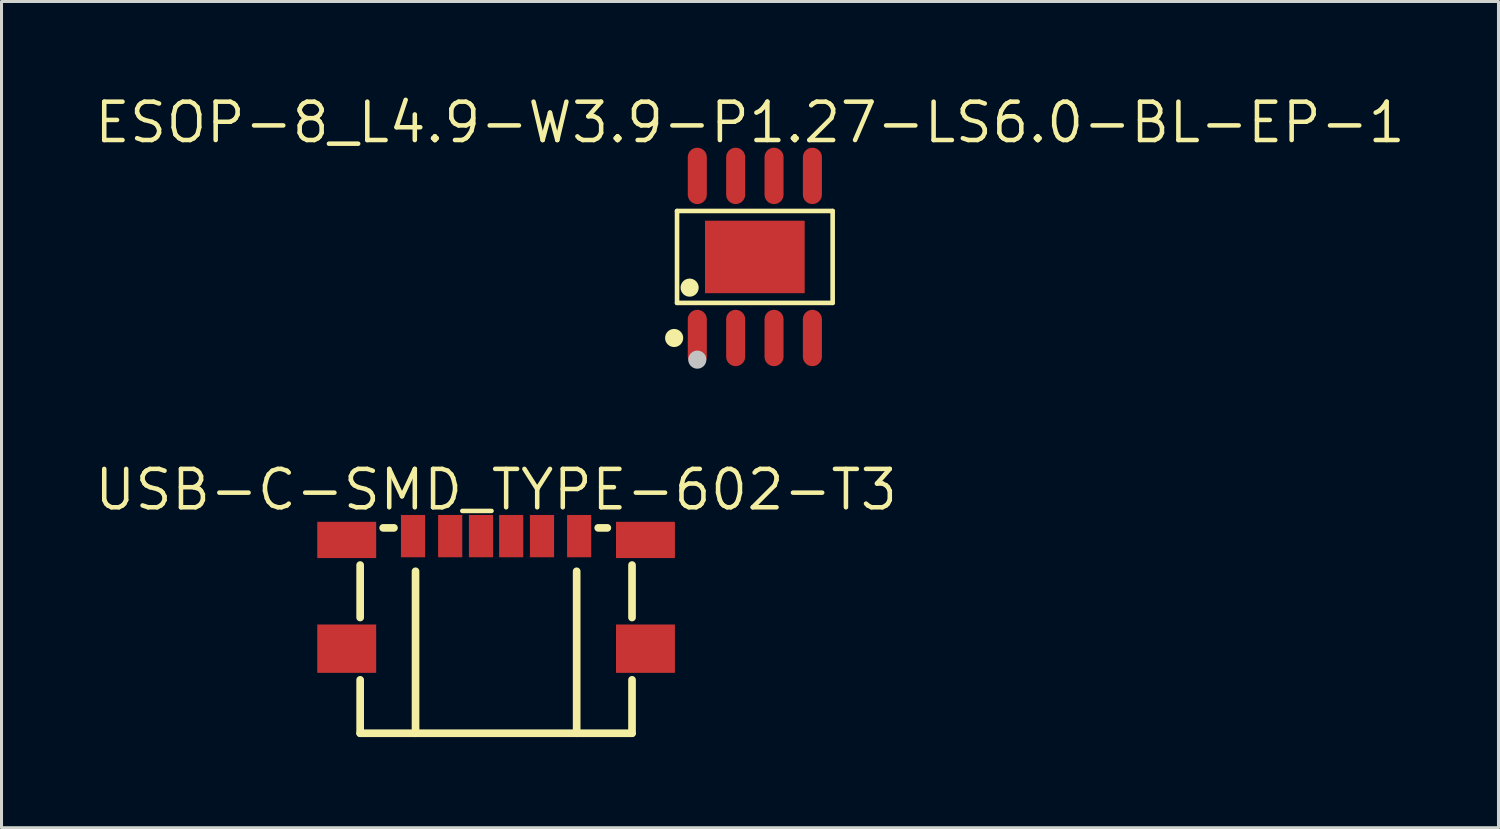
<source format=kicad_pcb>
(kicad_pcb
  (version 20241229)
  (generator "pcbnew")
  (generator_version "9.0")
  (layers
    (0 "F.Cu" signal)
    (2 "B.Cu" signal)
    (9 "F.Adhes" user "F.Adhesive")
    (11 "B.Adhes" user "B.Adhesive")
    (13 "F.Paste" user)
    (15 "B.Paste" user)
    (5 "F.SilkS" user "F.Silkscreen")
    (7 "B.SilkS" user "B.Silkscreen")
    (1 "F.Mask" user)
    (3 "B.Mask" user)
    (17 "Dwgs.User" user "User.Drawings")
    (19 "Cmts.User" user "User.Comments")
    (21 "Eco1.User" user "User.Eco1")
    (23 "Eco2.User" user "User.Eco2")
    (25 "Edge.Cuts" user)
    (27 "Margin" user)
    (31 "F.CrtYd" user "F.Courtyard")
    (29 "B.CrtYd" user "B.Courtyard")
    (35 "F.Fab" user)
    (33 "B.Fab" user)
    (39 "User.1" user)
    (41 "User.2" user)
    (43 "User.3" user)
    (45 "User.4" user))
  (footprint "ESOP-8_L4.9-W3.9-P1.27-LS6.0-BL-EP-1"
    (layer "F.Cu")
    (at 21.939 5.456)
    (property "Reference" "ESOP-8_L4.9-W3.9-P1.27-LS6.0-BL-EP-1" (at -0.16 -4.45 0) (layer "F.SilkS") (effects (font (size 1.27 1.27) (thickness 0.15))))
    (fp_line (start -2.576 -1.521) (end 2.576 -1.521) (stroke (width 0.152) (type default)) (layer "F.SilkS"))
    (fp_line (start -2.576 1.521) (end -2.576 -1.521) (stroke (width 0.152) (type default)) (layer "F.SilkS"))
    (fp_line (start 2.576 -1.521) (end 2.576 1.521) (stroke (width 0.152) (type default)) (layer "F.SilkS"))
    (fp_line (start 2.576 1.521) (end -2.576 1.521) (stroke (width 0.152) (type default)) (layer "F.SilkS"))
    (fp_circle (center -2.672 2.683) (end -2.522 2.683) (stroke (width 0.3) (type default)) (fill no) (layer "F.SilkS"))
    (fp_circle (center -2.159 1.016) (end -2.009 1.016) (stroke (width 0.3) (type default)) (fill no) (layer "F.SilkS"))
    (fp_circle (center -1.905 3.4) (end -1.755 3.4) (stroke (width 0.3) (type default)) (fill no) (layer "Dwgs.User"))
    (fp_circle (center -2.5 3) (end -2.45 3) (stroke (width 0.1) (type default)) (fill no) (layer "User.5"))
    (pad "1" smd oval (at -1.905 2.683) (size 0.63 1.865) (layers "F.Cu" "F.Mask" "F.Paste"))
    (pad "2" smd oval (at -0.635 2.683) (size 0.63 1.865) (layers "F.Cu" "F.Mask" "F.Paste"))
    (pad "3" smd oval (at 0.635 2.683) (size 0.63 1.865) (layers "F.Cu" "F.Mask" "F.Paste"))
    (pad "4" smd oval (at 1.905 2.683) (size 0.63 1.865) (layers "F.Cu" "F.Mask" "F.Paste"))
    (pad "5" smd oval (at 1.905 -2.683) (size 0.63 1.865) (layers "F.Cu" "F.Mask" "F.Paste"))
    (pad "6" smd oval (at 0.635 -2.683) (size 0.63 1.865) (layers "F.Cu" "F.Mask" "F.Paste"))
    (pad "7" smd oval (at -0.635 -2.683) (size 0.63 1.865) (layers "F.Cu" "F.Mask" "F.Paste"))
    (pad "8" smd oval (at -1.905 -2.683) (size 0.63 1.865) (layers "F.Cu" "F.Mask" "F.Paste"))
    (pad "9" smd rect (at 0 0) (size 3.3 2.4) (layers "F.Cu" "F.Mask" "F.Paste"))
    (zone (net_name "") (layer "User.3") (hatch edge 0.5) (priority 100) (connect_pads yes) (min_thickness 0) (filled_areas_thickness no) (fill yes) (polygon (pts (xy 19.439 7.406) (xy 19.439 3.506) (xy 24.439 3.506) (xy 24.439 7.406))) (filled_polygon (layer "User.3") (island) (pts (xy 19.439 7.406) (xy 19.439 3.506) (xy 24.439 3.506) (xy 24.439 7.406))))
    (zone (net_name "") (layer "User.4") (hatch edge 0.5) (priority 100) (connect_pads yes) (min_thickness 0) (filled_areas_thickness no) (fill yes) (polygon (pts (xy 19.824 3.291) (xy 19.824 2.456) (xy 20.244 2.456) (xy 20.244 3.291))) (filled_polygon (layer "User.4") (island) (pts (xy 19.824 3.291) (xy 19.824 2.456) (xy 20.244 2.456) (xy 20.244 3.291))))
    (zone (net_name "") (layer "User.4") (hatch edge 0.5) (priority 100) (connect_pads) (min_thickness 0) (filled_areas_thickness no) (keepout (tracks allowed) (vias allowed) (pads allowed) (copperpour not_allowed) (footprints allowed)) (placement (enabled no)) (fill) (polygon (pts (xy 19.824 3.516) (xy 19.824 3.281) (xy 20.244 3.281) (xy 20.244 3.516))))
    (zone (net_name "") (layer "User.4") (hatch edge 0.5) (priority 100) (connect_pads) (min_thickness 0) (filled_areas_thickness no) (keepout (tracks allowed) (vias allowed) (pads allowed) (copperpour not_allowed) (footprints allowed)) (placement (enabled no)) (fill) (polygon (pts (xy 19.824 7.631) (xy 19.824 7.396) (xy 20.244 7.396) (xy 20.244 7.631))))
    (zone (net_name "") (layer "User.4") (hatch edge 0.5) (priority 100) (connect_pads yes) (min_thickness 0) (filled_areas_thickness no) (fill yes) (polygon (pts (xy 19.824 8.456) (xy 19.824 7.621) (xy 20.244 7.621) (xy 20.244 8.456))) (filled_polygon (layer "User.4") (island) (pts (xy 19.824 8.456) (xy 19.824 7.621) (xy 20.244 7.621) (xy 20.244 8.456))))
    (zone (net_name "") (layer "User.4") (hatch edge 0.5) (priority 100) (connect_pads yes) (min_thickness 0) (filled_areas_thickness no) (fill yes) (polygon (pts (xy 20.289 4.256) (xy 23.589 4.256) (xy 23.589 6.656) (xy 20.289 6.656))) (filled_polygon (layer "User.4") (island) (pts (xy 20.289 4.256) (xy 23.589 4.256) (xy 23.589 6.656) (xy 20.289 6.656))))
    (zone (net_name "") (layer "User.4") (hatch edge 0.5) (priority 100) (connect_pads yes) (min_thickness 0) (filled_areas_thickness no) (fill yes) (polygon (pts (xy 21.094 3.291) (xy 21.094 2.456) (xy 21.514 2.456) (xy 21.514 3.291))) (filled_polygon (layer "User.4") (island) (pts (xy 21.094 3.291) (xy 21.094 2.456) (xy 21.514 2.456) (xy 21.514 3.291))))
    (zone (net_name "") (layer "User.4") (hatch edge 0.5) (priority 100) (connect_pads) (min_thickness 0) (filled_areas_thickness no) (keepout (tracks allowed) (vias allowed) (pads allowed) (copperpour not_allowed) (footprints allowed)) (placement (enabled no)) (fill) (polygon (pts (xy 21.094 3.516) (xy 21.094 3.281) (xy 21.514 3.281) (xy 21.514 3.516))))
    (zone (net_name "") (layer "User.4") (hatch edge 0.5) (priority 100) (connect_pads) (min_thickness 0) (filled_areas_thickness no) (keepout (tracks allowed) (vias allowed) (pads allowed) (copperpour not_allowed) (footprints allowed)) (placement (enabled no)) (fill) (polygon (pts (xy 21.094 7.631) (xy 21.094 7.396) (xy 21.514 7.396) (xy 21.514 7.631))))
    (zone (net_name "") (layer "User.4") (hatch edge 0.5) (priority 100) (connect_pads yes) (min_thickness 0) (filled_areas_thickness no) (fill yes) (polygon (pts (xy 21.094 8.456) (xy 21.094 7.621) (xy 21.514 7.621) (xy 21.514 8.456))) (filled_polygon (layer "User.4") (island) (pts (xy 21.094 8.456) (xy 21.094 7.621) (xy 21.514 7.621) (xy 21.514 8.456))))
    (zone (net_name "") (layer "User.4") (hatch edge 0.5) (priority 100) (connect_pads yes) (min_thickness 0) (filled_areas_thickness no) (fill yes) (polygon (pts (xy 22.364 3.291) (xy 22.364 2.456) (xy 22.784 2.456) (xy 22.784 3.291))) (filled_polygon (layer "User.4") (island) (pts (xy 22.364 3.291) (xy 22.364 2.456) (xy 22.784 2.456) (xy 22.784 3.291))))
    (zone (net_name "") (layer "User.4") (hatch edge 0.5) (priority 100) (connect_pads) (min_thickness 0) (filled_areas_thickness no) (keepout (tracks allowed) (vias allowed) (pads allowed) (copperpour not_allowed) (footprints allowed)) (placement (enabled no)) (fill) (polygon (pts (xy 22.364 3.516) (xy 22.364 3.281) (xy 22.784 3.281) (xy 22.784 3.516))))
    (zone (net_name "") (layer "User.4") (hatch edge 0.5) (priority 100) (connect_pads) (min_thickness 0) (filled_areas_thickness no) (keepout (tracks allowed) (vias allowed) (pads allowed) (copperpour not_allowed) (footprints allowed)) (placement (enabled no)) (fill) (polygon (pts (xy 22.364 7.631) (xy 22.364 7.396) (xy 22.784 7.396) (xy 22.784 7.631))))
    (zone (net_name "") (layer "User.4") (hatch edge 0.5) (priority 100) (connect_pads yes) (min_thickness 0) (filled_areas_thickness no) (fill yes) (polygon (pts (xy 22.364 8.456) (xy 22.364 7.621) (xy 22.784 7.621) (xy 22.784 8.456))) (filled_polygon (layer "User.4") (island) (pts (xy 22.364 8.456) (xy 22.364 7.621) (xy 22.784 7.621) (xy 22.784 8.456))))
    (zone (net_name "") (layer "User.4") (hatch edge 0.5) (priority 100) (connect_pads yes) (min_thickness 0) (filled_areas_thickness no) (fill yes) (polygon (pts (xy 23.634 3.291) (xy 23.634 2.456) (xy 24.054 2.456) (xy 24.054 3.291))) (filled_polygon (layer "User.4") (island) (pts (xy 23.634 3.291) (xy 23.634 2.456) (xy 24.054 2.456) (xy 24.054 3.291))))
    (zone (net_name "") (layer "User.4") (hatch edge 0.5) (priority 100) (connect_pads) (min_thickness 0) (filled_areas_thickness no) (keepout (tracks allowed) (vias allowed) (pads allowed) (copperpour not_allowed) (footprints allowed)) (placement (enabled no)) (fill) (polygon (pts (xy 23.634 3.516) (xy 23.634 3.281) (xy 24.054 3.281) (xy 24.054 3.516))))
    (zone (net_name "") (layer "User.4") (hatch edge 0.5) (priority 100) (connect_pads) (min_thickness 0) (filled_areas_thickness no) (keepout (tracks allowed) (vias allowed) (pads allowed) (copperpour not_allowed) (footprints allowed)) (placement (enabled no)) (fill) (polygon (pts (xy 23.634 7.631) (xy 23.634 7.396) (xy 24.054 7.396) (xy 24.054 7.631))))
    (zone (net_name "") (layer "User.4") (hatch edge 0.5) (priority 100) (connect_pads yes) (min_thickness 0) (filled_areas_thickness no) (fill yes) (polygon (pts (xy 23.634 8.456) (xy 23.634 7.621) (xy 24.054 7.621) (xy 24.054 8.456))) (filled_polygon (layer "User.4") (island) (pts (xy 23.634 8.456) (xy 23.634 7.621) (xy 24.054 7.621) (xy 24.054 8.456)))))
  (footprint "USB-C-SMD_TYPE-602-T3"
    (layer "F.Cu")
    (at 13.373 16.561)
    (property "Reference" "USB-C-SMD_TYPE-602-T3" (at 0 -3.398 0) (layer "F.SilkS") (effects (font (size 1.27 1.27) (thickness 0.15))))
    (fp_line (start -4.5 0.832) (end -4.5 -0.905) (stroke (width 0.254) (type default)) (layer "F.SilkS"))
    (fp_line (start -4.5 4.663) (end -4.5 2.895) (stroke (width 0.254) (type default)) (layer "F.SilkS"))
    (fp_line (start -4.5 4.663) (end 4.5 4.663) (stroke (width 0.254) (type default)) (layer "F.SilkS"))
    (fp_line (start -3.381 -2.136) (end -3.739 -2.136) (stroke (width 0.254) (type default)) (layer "F.SilkS"))
    (fp_line (start -2.667 -0.699) (end -2.667 4.663) (stroke (width 0.254) (type default)) (layer "F.SilkS"))
    (fp_line (start 2.667 -0.699) (end 2.667 4.663) (stroke (width 0.254) (type default)) (layer "F.SilkS"))
    (fp_line (start 3.683 -2.136) (end 3.381 -2.136) (stroke (width 0.254) (type default)) (layer "F.SilkS"))
    (fp_line (start 4.5 0.832) (end 4.5 -0.905) (stroke (width 0.254) (type default)) (layer "F.SilkS"))
    (fp_line (start 4.5 4.663) (end 4.5 2.895) (stroke (width 0.254) (type default)) (layer "F.SilkS"))
    (fp_circle (center 5.685 -2.136) (end 5.715 -2.136) (stroke (width 0.06) (type default)) (fill no) (layer "User.5"))
    (pad "7" smd rect (at -4.945 -1.736) (size 1.95 1.2) (layers "F.Cu" "F.Mask" "F.Paste"))
    (pad "7" smd rect (at -4.945 1.863) (size 1.95 1.6) (layers "F.Cu" "F.Mask" "F.Paste"))
    (pad "7" smd rect (at 4.945 -1.736) (size 1.95 1.2) (layers "F.Cu" "F.Mask" "F.Paste"))
    (pad "7" smd rect (at 4.945 1.863) (size 1.95 1.6) (layers "F.Cu" "F.Mask" "F.Paste"))
    (pad "A5" smd rect (at -0.5 -1.863) (size 0.8 1.4) (layers "F.Cu" "F.Mask" "F.Paste"))
    (pad "A9" smd rect (at 1.52 -1.863) (size 0.8 1.4) (layers "F.Cu" "F.Mask" "F.Paste"))
    (pad "A12" smd rect (at 2.75 -1.863) (size 0.8 1.4) (layers "F.Cu" "F.Mask" "F.Paste"))
    (pad "B5" smd rect (at 0.5 -1.863) (size 0.8 1.4) (layers "F.Cu" "F.Mask" "F.Paste"))
    (pad "B9" smd rect (at -1.52 -1.863) (size 0.8 1.4) (layers "F.Cu" "F.Mask" "F.Paste"))
    (pad "B12" smd rect (at -2.75 -1.863) (size 0.8 1.4) (layers "F.Cu" "F.Mask" "F.Paste"))
    (zone (net_name "") (layer "Dwgs.User") (hatch edge 0.5) (priority 100) (connect_pads yes) (min_thickness 0) (filled_areas_thickness no) (fill yes) (polygon (pts (xy 8.773 15.661) (xy 8.773 21.161) (xy 8.873 21.261) (xy 17.873 21.261) (xy 17.973 21.161) (xy 17.973 15.661) (xy 17.873 15.661) (xy 17.873 21.161) (xy 8.973 21.161) (xy 8.873 21.161) (xy 8.873 15.661))) (filled_polygon (layer "Dwgs.User") (island) (pts (xy 8.773 15.661) (xy 8.773 21.161) (xy 8.873 21.261) (xy 17.873 21.261) (xy 17.973 21.161) (xy 17.973 15.661) (xy 17.873 15.661) (xy 17.873 21.161) (xy 8.973 21.161) (xy 8.873 21.161) (xy 8.873 15.661))))
    (zone (net_name "") (layer "User.3") (hatch edge 0.5) (priority 100) (connect_pads yes) (min_thickness 0) (filled_areas_thickness no) (fill yes) (polygon (pts (xy 8.903 21.225) (xy 8.903 14.425) (xy 17.843 14.425) (xy 17.843 21.225))) (filled_polygon (layer "User.3") (island) (pts (xy 8.903 21.225) (xy 8.903 14.425) (xy 17.843 14.425) (xy 17.843 21.225))))
    (zone (net_name "") (layer "User.4") (hatch edge 0.5) (priority 100) (connect_pads yes) (min_thickness 0) (filled_areas_thickness no) (fill yes) (polygon (pts (xy 7.688 14.425) (xy 8.938 14.425) (xy 8.938 15.225) (xy 7.688 15.225))) (filled_polygon (layer "User.4") (island) (pts (xy 7.688 14.425) (xy 8.938 14.425) (xy 8.938 15.225) (xy 7.688 15.225))))
    (zone (net_name "") (layer "User.4") (hatch edge 0.5) (priority 100) (connect_pads yes) (min_thickness 0) (filled_areas_thickness no) (fill yes) (polygon (pts (xy 7.688 17.825) (xy 8.938 17.825) (xy 8.938 19.024) (xy 7.688 19.024))) (filled_polygon (layer "User.4") (island) (pts (xy 7.688 17.825) (xy 8.938 17.825) (xy 8.938 19.024) (xy 7.688 19.024))))
    (zone (net_name "") (layer "User.4") (hatch edge 0.5) (priority 100) (connect_pads yes) (min_thickness 0) (filled_areas_thickness no) (fill yes) (polygon (pts (xy 10.322 14.425) (xy 10.922 14.425) (xy 10.922 15.225) (xy 10.322 15.225))) (filled_polygon (layer "User.4") (island) (pts (xy 10.322 14.425) (xy 10.922 14.425) (xy 10.922 15.225) (xy 10.322 15.225))))
    (zone (net_name "") (layer "User.4") (hatch edge 0.5) (priority 100) (connect_pads yes) (min_thickness 0) (filled_areas_thickness no) (fill yes) (polygon (pts (xy 11.572 14.425) (xy 12.132 14.425) (xy 12.132 15.225) (xy 11.572 15.225))) (filled_polygon (layer "User.4") (island) (pts (xy 11.572 14.425) (xy 12.132 14.425) (xy 12.132 15.225) (xy 11.572 15.225))))
    (zone (net_name "") (layer "User.4") (hatch edge 0.5) (priority 100) (connect_pads yes) (min_thickness 0) (filled_areas_thickness no) (fill yes) (polygon (pts (xy 12.613 14.425) (xy 13.133 14.425) (xy 13.133 15.225) (xy 12.613 15.225))) (filled_polygon (layer "User.4") (island) (pts (xy 12.613 14.425) (xy 13.133 14.425) (xy 13.133 15.225) (xy 12.613 15.225))))
    (zone (net_name "") (layer "User.4") (hatch edge 0.5) (priority 100) (connect_pads yes) (min_thickness 0) (filled_areas_thickness no) (fill yes) (polygon (pts (xy 13.613 14.425) (xy 14.133 14.425) (xy 14.133 15.225) (xy 13.613 15.225))) (filled_polygon (layer "User.4") (island) (pts (xy 13.613 14.425) (xy 14.133 14.425) (xy 14.133 15.225) (xy 13.613 15.225))))
    (zone (net_name "") (layer "User.4") (hatch edge 0.5) (priority 100) (connect_pads yes) (min_thickness 0) (filled_areas_thickness no) (fill yes) (polygon (pts (xy 14.612 14.425) (xy 15.172 14.425) (xy 15.172 15.225) (xy 14.612 15.225))) (filled_polygon (layer "User.4") (island) (pts (xy 14.612 14.425) (xy 15.172 14.425) (xy 15.172 15.225) (xy 14.612 15.225))))
    (zone (net_name "") (layer "User.4") (hatch edge 0.5) (priority 100) (connect_pads yes) (min_thickness 0) (filled_areas_thickness no) (fill yes) (polygon (pts (xy 15.822 14.425) (xy 16.422 14.425) (xy 16.422 15.225) (xy 15.822 15.225))) (filled_polygon (layer "User.4") (island) (pts (xy 15.822 14.425) (xy 16.422 14.425) (xy 16.422 15.225) (xy 15.822 15.225))))
    (zone (net_name "") (layer "User.4") (hatch edge 0.5) (priority 100) (connect_pads yes) (min_thickness 0) (filled_areas_thickness no) (fill yes) (polygon (pts (xy 17.808 14.425) (xy 19.058 14.425) (xy 19.058 15.225) (xy 17.808 15.225))) (filled_polygon (layer "User.4") (island) (pts (xy 17.808 14.425) (xy 19.058 14.425) (xy 19.058 15.225) (xy 17.808 15.225))))
    (zone (net_name "") (layer "User.4") (hatch edge 0.5) (priority 100) (connect_pads yes) (min_thickness 0) (filled_areas_thickness no) (fill yes) (polygon (pts (xy 17.808 17.825) (xy 19.058 17.825) (xy 19.058 19.024) (xy 17.808 19.024))) (filled_polygon (layer "User.4") (island) (pts (xy 17.808 17.825) (xy 19.058 17.825) (xy 19.058 19.024) (xy 17.808 19.024)))))
  (gr_rect
    (start -3 -3)
    (end 46.557 24.352)
    (stroke (width 0.1) (type default))
    (fill no)
    (layer "Edge.Cuts")))
</source>
